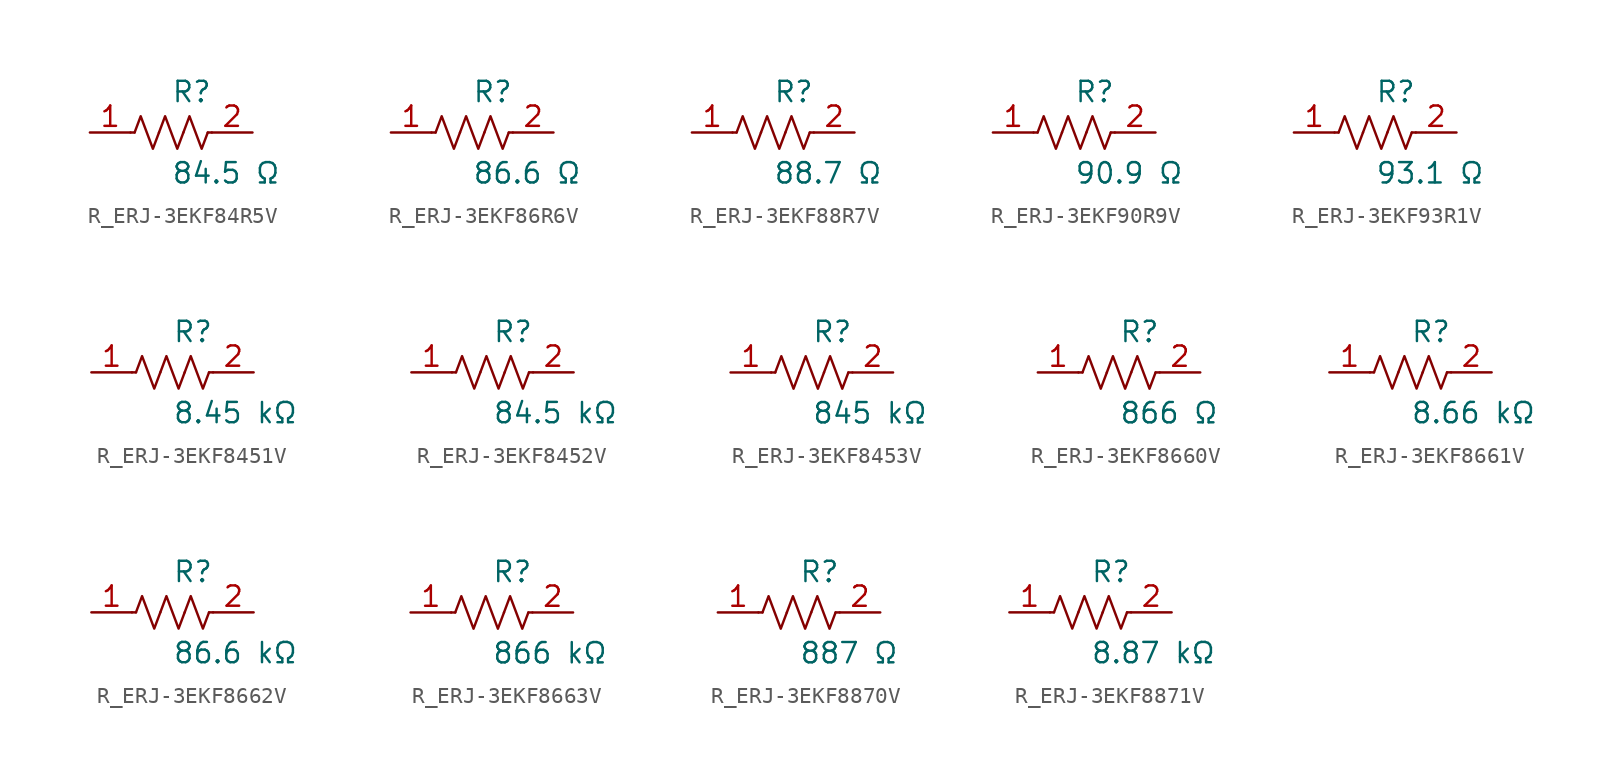
<source format=kicad_sym>
(kicad_symbol_lib
  (version 20231120)
  (generator "kicad_symbol_editor")
  (generator_version "8.0")
  (symbol "R_ERJ-3EKF84R5V"
    (pin_names
      (offset 0.254))
    (property "Reference" "R"
      (at 0 2.54 0)
      (effects (font (size 1.27 1.27)) (justify left)))
    (property "Value" "84.5 Ω"
      (at 0 -2.54 0)
      (effects (font (size 1.27 1.27)) (justify left)))
    (symbol "R_ERJ-3EKF84R5V_0_1"
      (polyline (pts (xy 2.286 0) (xy 2.54 0)) (stroke (width 0) (type default)) (fill (type none)))
      (polyline (pts (xy -2.286 0) (xy -2.54 0)) (stroke (width 0) (type default)) (fill (type none)))
      (polyline (pts (xy 0.762 0) (xy 1.143 1.016) (xy 1.524 0) (xy 1.905 -1.016) (xy 2.286 0)) (stroke (width 0) (type default)) (fill (type none)))
      (polyline (pts (xy -0.762 0) (xy -0.381 1.016) (xy 0 0) (xy 0.381 -1.016) (xy 0.762 0)) (stroke (width 0) (type default)) (fill (type none)))
      (polyline (pts (xy -2.286 0) (xy -1.905 1.016) (xy -1.524 0) (xy -1.143 -1.016) (xy -0.762 0)) (stroke (width 0) (type default)) (fill (type none))))
    (pin unspecified line
      (at -5.08 0 0)
      (length 2.54)
      (name "" (effects (font (size 1.27 1.27))))
      (number "1" (effects (font (size 1.27 1.27)))))
    (pin unspecified line
      (at 5.08 0 180)
      (length 2.54)
      (name "" (effects (font (size 1.27 1.27))))
      (number "2" (effects (font (size 1.27 1.27))))))
  (symbol "R_ERJ-3EKF86R6V"
    (pin_names
      (offset 0.254))
    (property "Reference" "R"
      (at 0 2.54 0)
      (effects (font (size 1.27 1.27)) (justify left)))
    (property "Value" "86.6 Ω"
      (at 0 -2.54 0)
      (effects (font (size 1.27 1.27)) (justify left)))
    (symbol "R_ERJ-3EKF86R6V_0_1"
      (polyline (pts (xy 2.286 0) (xy 2.54 0)) (stroke (width 0) (type default)) (fill (type none)))
      (polyline (pts (xy -2.286 0) (xy -2.54 0)) (stroke (width 0) (type default)) (fill (type none)))
      (polyline (pts (xy 0.762 0) (xy 1.143 1.016) (xy 1.524 0) (xy 1.905 -1.016) (xy 2.286 0)) (stroke (width 0) (type default)) (fill (type none)))
      (polyline (pts (xy -0.762 0) (xy -0.381 1.016) (xy 0 0) (xy 0.381 -1.016) (xy 0.762 0)) (stroke (width 0) (type default)) (fill (type none)))
      (polyline (pts (xy -2.286 0) (xy -1.905 1.016) (xy -1.524 0) (xy -1.143 -1.016) (xy -0.762 0)) (stroke (width 0) (type default)) (fill (type none))))
    (pin unspecified line
      (at -5.08 0 0)
      (length 2.54)
      (name "" (effects (font (size 1.27 1.27))))
      (number "1" (effects (font (size 1.27 1.27)))))
    (pin unspecified line
      (at 5.08 0 180)
      (length 2.54)
      (name "" (effects (font (size 1.27 1.27))))
      (number "2" (effects (font (size 1.27 1.27))))))
  (symbol "R_ERJ-3EKF88R7V"
    (pin_names
      (offset 0.254))
    (property "Reference" "R"
      (at 0 2.54 0)
      (effects (font (size 1.27 1.27)) (justify left)))
    (property "Value" "88.7 Ω"
      (at 0 -2.54 0)
      (effects (font (size 1.27 1.27)) (justify left)))
    (symbol "R_ERJ-3EKF88R7V_0_1"
      (polyline (pts (xy 2.286 0) (xy 2.54 0)) (stroke (width 0) (type default)) (fill (type none)))
      (polyline (pts (xy -2.286 0) (xy -2.54 0)) (stroke (width 0) (type default)) (fill (type none)))
      (polyline (pts (xy 0.762 0) (xy 1.143 1.016) (xy 1.524 0) (xy 1.905 -1.016) (xy 2.286 0)) (stroke (width 0) (type default)) (fill (type none)))
      (polyline (pts (xy -0.762 0) (xy -0.381 1.016) (xy 0 0) (xy 0.381 -1.016) (xy 0.762 0)) (stroke (width 0) (type default)) (fill (type none)))
      (polyline (pts (xy -2.286 0) (xy -1.905 1.016) (xy -1.524 0) (xy -1.143 -1.016) (xy -0.762 0)) (stroke (width 0) (type default)) (fill (type none))))
    (pin unspecified line
      (at -5.08 0 0)
      (length 2.54)
      (name "" (effects (font (size 1.27 1.27))))
      (number "1" (effects (font (size 1.27 1.27)))))
    (pin unspecified line
      (at 5.08 0 180)
      (length 2.54)
      (name "" (effects (font (size 1.27 1.27))))
      (number "2" (effects (font (size 1.27 1.27))))))
  (symbol "R_ERJ-3EKF90R9V"
    (pin_names
      (offset 0.254))
    (property "Reference" "R"
      (at 0 2.54 0)
      (effects (font (size 1.27 1.27)) (justify left)))
    (property "Value" "90.9 Ω"
      (at 0 -2.54 0)
      (effects (font (size 1.27 1.27)) (justify left)))
    (symbol "R_ERJ-3EKF90R9V_0_1"
      (polyline (pts (xy 2.286 0) (xy 2.54 0)) (stroke (width 0) (type default)) (fill (type none)))
      (polyline (pts (xy -2.286 0) (xy -2.54 0)) (stroke (width 0) (type default)) (fill (type none)))
      (polyline (pts (xy 0.762 0) (xy 1.143 1.016) (xy 1.524 0) (xy 1.905 -1.016) (xy 2.286 0)) (stroke (width 0) (type default)) (fill (type none)))
      (polyline (pts (xy -0.762 0) (xy -0.381 1.016) (xy 0 0) (xy 0.381 -1.016) (xy 0.762 0)) (stroke (width 0) (type default)) (fill (type none)))
      (polyline (pts (xy -2.286 0) (xy -1.905 1.016) (xy -1.524 0) (xy -1.143 -1.016) (xy -0.762 0)) (stroke (width 0) (type default)) (fill (type none))))
    (pin unspecified line
      (at -5.08 0 0)
      (length 2.54)
      (name "" (effects (font (size 1.27 1.27))))
      (number "1" (effects (font (size 1.27 1.27)))))
    (pin unspecified line
      (at 5.08 0 180)
      (length 2.54)
      (name "" (effects (font (size 1.27 1.27))))
      (number "2" (effects (font (size 1.27 1.27))))))
  (symbol "R_ERJ-3EKF93R1V"
    (pin_names
      (offset 0.254))
    (property "Reference" "R"
      (at 0 2.54 0)
      (effects (font (size 1.27 1.27)) (justify left)))
    (property "Value" "93.1 Ω"
      (at 0 -2.54 0)
      (effects (font (size 1.27 1.27)) (justify left)))
    (symbol "R_ERJ-3EKF93R1V_0_1"
      (polyline (pts (xy 2.286 0) (xy 2.54 0)) (stroke (width 0) (type default)) (fill (type none)))
      (polyline (pts (xy -2.286 0) (xy -2.54 0)) (stroke (width 0) (type default)) (fill (type none)))
      (polyline (pts (xy 0.762 0) (xy 1.143 1.016) (xy 1.524 0) (xy 1.905 -1.016) (xy 2.286 0)) (stroke (width 0) (type default)) (fill (type none)))
      (polyline (pts (xy -0.762 0) (xy -0.381 1.016) (xy 0 0) (xy 0.381 -1.016) (xy 0.762 0)) (stroke (width 0) (type default)) (fill (type none)))
      (polyline (pts (xy -2.286 0) (xy -1.905 1.016) (xy -1.524 0) (xy -1.143 -1.016) (xy -0.762 0)) (stroke (width 0) (type default)) (fill (type none))))
    (pin unspecified line
      (at -5.08 0 0)
      (length 2.54)
      (name "" (effects (font (size 1.27 1.27))))
      (number "1" (effects (font (size 1.27 1.27)))))
    (pin unspecified line
      (at 5.08 0 180)
      (length 2.54)
      (name "" (effects (font (size 1.27 1.27))))
      (number "2" (effects (font (size 1.27 1.27))))))
  (symbol "R_ERJ-3EKF8451V"
    (pin_names
      (offset 0.254))
    (property "Reference" "R"
      (at 0 2.54 0)
      (effects (font (size 1.27 1.27)) (justify left)))
    (property "Value" "8.45 kΩ"
      (at 0 -2.54 0)
      (effects (font (size 1.27 1.27)) (justify left)))
    (symbol "R_ERJ-3EKF8451V_0_1"
      (polyline (pts (xy 2.286 0) (xy 2.54 0)) (stroke (width 0) (type default)) (fill (type none)))
      (polyline (pts (xy -2.286 0) (xy -2.54 0)) (stroke (width 0) (type default)) (fill (type none)))
      (polyline (pts (xy 0.762 0) (xy 1.143 1.016) (xy 1.524 0) (xy 1.905 -1.016) (xy 2.286 0)) (stroke (width 0) (type default)) (fill (type none)))
      (polyline (pts (xy -0.762 0) (xy -0.381 1.016) (xy 0 0) (xy 0.381 -1.016) (xy 0.762 0)) (stroke (width 0) (type default)) (fill (type none)))
      (polyline (pts (xy -2.286 0) (xy -1.905 1.016) (xy -1.524 0) (xy -1.143 -1.016) (xy -0.762 0)) (stroke (width 0) (type default)) (fill (type none))))
    (pin unspecified line
      (at -5.08 0 0)
      (length 2.54)
      (name "" (effects (font (size 1.27 1.27))))
      (number "1" (effects (font (size 1.27 1.27)))))
    (pin unspecified line
      (at 5.08 0 180)
      (length 2.54)
      (name "" (effects (font (size 1.27 1.27))))
      (number "2" (effects (font (size 1.27 1.27))))))
  (symbol "R_ERJ-3EKF8452V"
    (pin_names
      (offset 0.254))
    (property "Reference" "R"
      (at 0 2.54 0)
      (effects (font (size 1.27 1.27)) (justify left)))
    (property "Value" "84.5 kΩ"
      (at 0 -2.54 0)
      (effects (font (size 1.27 1.27)) (justify left)))
    (symbol "R_ERJ-3EKF8452V_0_1"
      (polyline (pts (xy 2.286 0) (xy 2.54 0)) (stroke (width 0) (type default)) (fill (type none)))
      (polyline (pts (xy -2.286 0) (xy -2.54 0)) (stroke (width 0) (type default)) (fill (type none)))
      (polyline (pts (xy 0.762 0) (xy 1.143 1.016) (xy 1.524 0) (xy 1.905 -1.016) (xy 2.286 0)) (stroke (width 0) (type default)) (fill (type none)))
      (polyline (pts (xy -0.762 0) (xy -0.381 1.016) (xy 0 0) (xy 0.381 -1.016) (xy 0.762 0)) (stroke (width 0) (type default)) (fill (type none)))
      (polyline (pts (xy -2.286 0) (xy -1.905 1.016) (xy -1.524 0) (xy -1.143 -1.016) (xy -0.762 0)) (stroke (width 0) (type default)) (fill (type none))))
    (pin unspecified line
      (at -5.08 0 0)
      (length 2.54)
      (name "" (effects (font (size 1.27 1.27))))
      (number "1" (effects (font (size 1.27 1.27)))))
    (pin unspecified line
      (at 5.08 0 180)
      (length 2.54)
      (name "" (effects (font (size 1.27 1.27))))
      (number "2" (effects (font (size 1.27 1.27))))))
  (symbol "R_ERJ-3EKF8453V"
    (pin_names
      (offset 0.254))
    (property "Reference" "R"
      (at 0 2.54 0)
      (effects (font (size 1.27 1.27)) (justify left)))
    (property "Value" "845 kΩ"
      (at 0 -2.54 0)
      (effects (font (size 1.27 1.27)) (justify left)))
    (symbol "R_ERJ-3EKF8453V_0_1"
      (polyline (pts (xy 2.286 0) (xy 2.54 0)) (stroke (width 0) (type default)) (fill (type none)))
      (polyline (pts (xy -2.286 0) (xy -2.54 0)) (stroke (width 0) (type default)) (fill (type none)))
      (polyline (pts (xy 0.762 0) (xy 1.143 1.016) (xy 1.524 0) (xy 1.905 -1.016) (xy 2.286 0)) (stroke (width 0) (type default)) (fill (type none)))
      (polyline (pts (xy -0.762 0) (xy -0.381 1.016) (xy 0 0) (xy 0.381 -1.016) (xy 0.762 0)) (stroke (width 0) (type default)) (fill (type none)))
      (polyline (pts (xy -2.286 0) (xy -1.905 1.016) (xy -1.524 0) (xy -1.143 -1.016) (xy -0.762 0)) (stroke (width 0) (type default)) (fill (type none))))
    (pin unspecified line
      (at -5.08 0 0)
      (length 2.54)
      (name "" (effects (font (size 1.27 1.27))))
      (number "1" (effects (font (size 1.27 1.27)))))
    (pin unspecified line
      (at 5.08 0 180)
      (length 2.54)
      (name "" (effects (font (size 1.27 1.27))))
      (number "2" (effects (font (size 1.27 1.27))))))
  (symbol "R_ERJ-3EKF8660V"
    (pin_names
      (offset 0.254))
    (property "Reference" "R"
      (at 0 2.54 0)
      (effects (font (size 1.27 1.27)) (justify left)))
    (property "Value" "866 Ω"
      (at 0 -2.54 0)
      (effects (font (size 1.27 1.27)) (justify left)))
    (symbol "R_ERJ-3EKF8660V_0_1"
      (polyline (pts (xy 2.286 0) (xy 2.54 0)) (stroke (width 0) (type default)) (fill (type none)))
      (polyline (pts (xy -2.286 0) (xy -2.54 0)) (stroke (width 0) (type default)) (fill (type none)))
      (polyline (pts (xy 0.762 0) (xy 1.143 1.016) (xy 1.524 0) (xy 1.905 -1.016) (xy 2.286 0)) (stroke (width 0) (type default)) (fill (type none)))
      (polyline (pts (xy -0.762 0) (xy -0.381 1.016) (xy 0 0) (xy 0.381 -1.016) (xy 0.762 0)) (stroke (width 0) (type default)) (fill (type none)))
      (polyline (pts (xy -2.286 0) (xy -1.905 1.016) (xy -1.524 0) (xy -1.143 -1.016) (xy -0.762 0)) (stroke (width 0) (type default)) (fill (type none))))
    (pin unspecified line
      (at -5.08 0 0)
      (length 2.54)
      (name "" (effects (font (size 1.27 1.27))))
      (number "1" (effects (font (size 1.27 1.27)))))
    (pin unspecified line
      (at 5.08 0 180)
      (length 2.54)
      (name "" (effects (font (size 1.27 1.27))))
      (number "2" (effects (font (size 1.27 1.27))))))
  (symbol "R_ERJ-3EKF8661V"
    (pin_names
      (offset 0.254))
    (property "Reference" "R"
      (at 0 2.54 0)
      (effects (font (size 1.27 1.27)) (justify left)))
    (property "Value" "8.66 kΩ"
      (at 0 -2.54 0)
      (effects (font (size 1.27 1.27)) (justify left)))
    (symbol "R_ERJ-3EKF8661V_0_1"
      (polyline (pts (xy 2.286 0) (xy 2.54 0)) (stroke (width 0) (type default)) (fill (type none)))
      (polyline (pts (xy -2.286 0) (xy -2.54 0)) (stroke (width 0) (type default)) (fill (type none)))
      (polyline (pts (xy 0.762 0) (xy 1.143 1.016) (xy 1.524 0) (xy 1.905 -1.016) (xy 2.286 0)) (stroke (width 0) (type default)) (fill (type none)))
      (polyline (pts (xy -0.762 0) (xy -0.381 1.016) (xy 0 0) (xy 0.381 -1.016) (xy 0.762 0)) (stroke (width 0) (type default)) (fill (type none)))
      (polyline (pts (xy -2.286 0) (xy -1.905 1.016) (xy -1.524 0) (xy -1.143 -1.016) (xy -0.762 0)) (stroke (width 0) (type default)) (fill (type none))))
    (pin unspecified line
      (at -5.08 0 0)
      (length 2.54)
      (name "" (effects (font (size 1.27 1.27))))
      (number "1" (effects (font (size 1.27 1.27)))))
    (pin unspecified line
      (at 5.08 0 180)
      (length 2.54)
      (name "" (effects (font (size 1.27 1.27))))
      (number "2" (effects (font (size 1.27 1.27))))))
  (symbol "R_ERJ-3EKF8662V"
    (pin_names
      (offset 0.254))
    (property "Reference" "R"
      (at 0 2.54 0)
      (effects (font (size 1.27 1.27)) (justify left)))
    (property "Value" "86.6 kΩ"
      (at 0 -2.54 0)
      (effects (font (size 1.27 1.27)) (justify left)))
    (symbol "R_ERJ-3EKF8662V_0_1"
      (polyline (pts (xy 2.286 0) (xy 2.54 0)) (stroke (width 0) (type default)) (fill (type none)))
      (polyline (pts (xy -2.286 0) (xy -2.54 0)) (stroke (width 0) (type default)) (fill (type none)))
      (polyline (pts (xy 0.762 0) (xy 1.143 1.016) (xy 1.524 0) (xy 1.905 -1.016) (xy 2.286 0)) (stroke (width 0) (type default)) (fill (type none)))
      (polyline (pts (xy -0.762 0) (xy -0.381 1.016) (xy 0 0) (xy 0.381 -1.016) (xy 0.762 0)) (stroke (width 0) (type default)) (fill (type none)))
      (polyline (pts (xy -2.286 0) (xy -1.905 1.016) (xy -1.524 0) (xy -1.143 -1.016) (xy -0.762 0)) (stroke (width 0) (type default)) (fill (type none))))
    (pin unspecified line
      (at -5.08 0 0)
      (length 2.54)
      (name "" (effects (font (size 1.27 1.27))))
      (number "1" (effects (font (size 1.27 1.27)))))
    (pin unspecified line
      (at 5.08 0 180)
      (length 2.54)
      (name "" (effects (font (size 1.27 1.27))))
      (number "2" (effects (font (size 1.27 1.27))))))
  (symbol "R_ERJ-3EKF8663V"
    (pin_names
      (offset 0.254))
    (property "Reference" "R"
      (at 0 2.54 0)
      (effects (font (size 1.27 1.27)) (justify left)))
    (property "Value" "866 kΩ"
      (at 0 -2.54 0)
      (effects (font (size 1.27 1.27)) (justify left)))
    (symbol "R_ERJ-3EKF8663V_0_1"
      (polyline (pts (xy 2.286 0) (xy 2.54 0)) (stroke (width 0) (type default)) (fill (type none)))
      (polyline (pts (xy -2.286 0) (xy -2.54 0)) (stroke (width 0) (type default)) (fill (type none)))
      (polyline (pts (xy 0.762 0) (xy 1.143 1.016) (xy 1.524 0) (xy 1.905 -1.016) (xy 2.286 0)) (stroke (width 0) (type default)) (fill (type none)))
      (polyline (pts (xy -0.762 0) (xy -0.381 1.016) (xy 0 0) (xy 0.381 -1.016) (xy 0.762 0)) (stroke (width 0) (type default)) (fill (type none)))
      (polyline (pts (xy -2.286 0) (xy -1.905 1.016) (xy -1.524 0) (xy -1.143 -1.016) (xy -0.762 0)) (stroke (width 0) (type default)) (fill (type none))))
    (pin unspecified line
      (at -5.08 0 0)
      (length 2.54)
      (name "" (effects (font (size 1.27 1.27))))
      (number "1" (effects (font (size 1.27 1.27)))))
    (pin unspecified line
      (at 5.08 0 180)
      (length 2.54)
      (name "" (effects (font (size 1.27 1.27))))
      (number "2" (effects (font (size 1.27 1.27))))))
  (symbol "R_ERJ-3EKF8870V"
    (pin_names
      (offset 0.254))
    (property "Reference" "R"
      (at 0 2.54 0)
      (effects (font (size 1.27 1.27)) (justify left)))
    (property "Value" "887 Ω"
      (at 0 -2.54 0)
      (effects (font (size 1.27 1.27)) (justify left)))
    (symbol "R_ERJ-3EKF8870V_0_1"
      (polyline (pts (xy 2.286 0) (xy 2.54 0)) (stroke (width 0) (type default)) (fill (type none)))
      (polyline (pts (xy -2.286 0) (xy -2.54 0)) (stroke (width 0) (type default)) (fill (type none)))
      (polyline (pts (xy 0.762 0) (xy 1.143 1.016) (xy 1.524 0) (xy 1.905 -1.016) (xy 2.286 0)) (stroke (width 0) (type default)) (fill (type none)))
      (polyline (pts (xy -0.762 0) (xy -0.381 1.016) (xy 0 0) (xy 0.381 -1.016) (xy 0.762 0)) (stroke (width 0) (type default)) (fill (type none)))
      (polyline (pts (xy -2.286 0) (xy -1.905 1.016) (xy -1.524 0) (xy -1.143 -1.016) (xy -0.762 0)) (stroke (width 0) (type default)) (fill (type none))))
    (pin unspecified line
      (at -5.08 0 0)
      (length 2.54)
      (name "" (effects (font (size 1.27 1.27))))
      (number "1" (effects (font (size 1.27 1.27)))))
    (pin unspecified line
      (at 5.08 0 180)
      (length 2.54)
      (name "" (effects (font (size 1.27 1.27))))
      (number "2" (effects (font (size 1.27 1.27))))))
  (symbol "R_ERJ-3EKF8871V"
    (pin_names
      (offset 0.254))
    (property "Reference" "R"
      (at 0 2.54 0)
      (effects (font (size 1.27 1.27)) (justify left)))
    (property "Value" "8.87 kΩ"
      (at 0 -2.54 0)
      (effects (font (size 1.27 1.27)) (justify left)))
    (symbol "R_ERJ-3EKF8871V_0_1"
      (polyline (pts (xy 2.286 0) (xy 2.54 0)) (stroke (width 0) (type default)) (fill (type none)))
      (polyline (pts (xy -2.286 0) (xy -2.54 0)) (stroke (width 0) (type default)) (fill (type none)))
      (polyline (pts (xy 0.762 0) (xy 1.143 1.016) (xy 1.524 0) (xy 1.905 -1.016) (xy 2.286 0)) (stroke (width 0) (type default)) (fill (type none)))
      (polyline (pts (xy -0.762 0) (xy -0.381 1.016) (xy 0 0) (xy 0.381 -1.016) (xy 0.762 0)) (stroke (width 0) (type default)) (fill (type none)))
      (polyline (pts (xy -2.286 0) (xy -1.905 1.016) (xy -1.524 0) (xy -1.143 -1.016) (xy -0.762 0)) (stroke (width 0) (type default)) (fill (type none))))
    (pin unspecified line
      (at -5.08 0 0)
      (length 2.54)
      (name "" (effects (font (size 1.27 1.27))))
      (number "1" (effects (font (size 1.27 1.27)))))
    (pin unspecified line
      (at 5.08 0 180)
      (length 2.54)
      (name "" (effects (font (size 1.27 1.27))))
      (number "2" (effects (font (size 1.27 1.27)))))))
</source>
